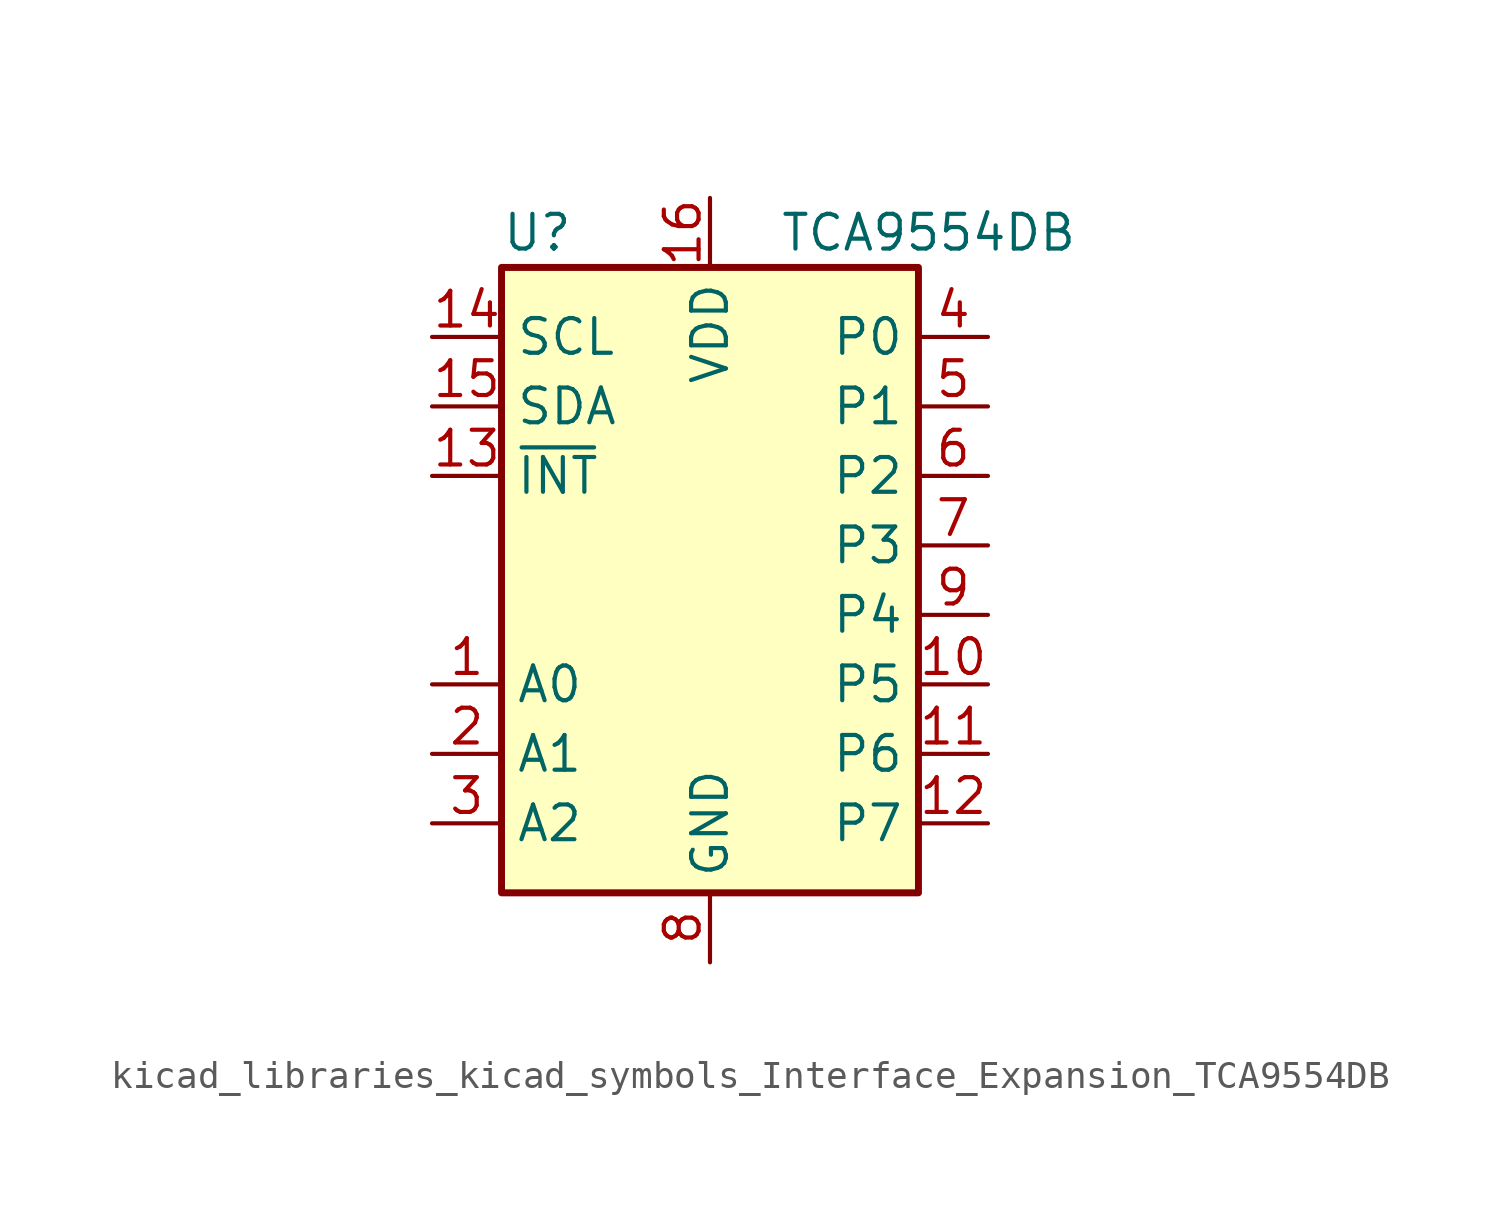
<source format=kicad_sym>
(kicad_symbol_lib
  (version 20220914)
  (generator kicad_symbol_editor)
  (symbol "kicad_libraries_kicad_symbols_Interface_Expansion_TCA9554DB"
    (property "Reference" "U"
      (at -7.62 11.43 0)
      (effects (font (size 1.27 1.27)) (justify left)))
    (property "Value" "TCA9554DB"
      (at 2.54 11.43 0)
      (effects (font (size 1.27 1.27)) (justify left)))
    (symbol "kicad_libraries_kicad_symbols_Interface_Expansion_TCA9554DB_0_1"
      (rectangle (start -7.62 -12.7) (end 7.62 10.16) (stroke (width 0.254) (type default)) (fill (type background))))
    (symbol "kicad_libraries_kicad_symbols_Interface_Expansion_TCA9554DB_1_1"
      (pin input line (at -10.16 -5.08 0) (length 2.54) (name "A0" (effects (font (size 1.27 1.27)))) (number "1" (effects (font (size 1.27 1.27)))))
      (pin bidirectional line (at 10.16 -5.08 180) (length 2.54) (name "P5" (effects (font (size 1.27 1.27)))) (number "10" (effects (font (size 1.27 1.27)))))
      (pin bidirectional line (at 10.16 -7.62 180) (length 2.54) (name "P6" (effects (font (size 1.27 1.27)))) (number "11" (effects (font (size 1.27 1.27)))))
      (pin bidirectional line (at 10.16 -10.16 180) (length 2.54) (name "P7" (effects (font (size 1.27 1.27)))) (number "12" (effects (font (size 1.27 1.27)))))
      (pin open_collector line (at -10.16 2.54 0) (length 2.54) (name "~{INT}" (effects (font (size 1.27 1.27)))) (number "13" (effects (font (size 1.27 1.27)))))
      (pin input line (at -10.16 7.62 0) (length 2.54) (name "SCL" (effects (font (size 1.27 1.27)))) (number "14" (effects (font (size 1.27 1.27)))))
      (pin bidirectional line (at -10.16 5.08 0) (length 2.54) (name "SDA" (effects (font (size 1.27 1.27)))) (number "15" (effects (font (size 1.27 1.27)))))
      (pin power_in line (at 0 12.7 270) (length 2.54) (name "VDD" (effects (font (size 1.27 1.27)))) (number "16" (effects (font (size 1.27 1.27)))))
      (pin input line (at -10.16 -7.62 0) (length 2.54) (name "A1" (effects (font (size 1.27 1.27)))) (number "2" (effects (font (size 1.27 1.27)))))
      (pin input line (at -10.16 -10.16 0) (length 2.54) (name "A2" (effects (font (size 1.27 1.27)))) (number "3" (effects (font (size 1.27 1.27)))))
      (pin bidirectional line (at 10.16 7.62 180) (length 2.54) (name "P0" (effects (font (size 1.27 1.27)))) (number "4" (effects (font (size 1.27 1.27)))))
      (pin bidirectional line (at 10.16 5.08 180) (length 2.54) (name "P1" (effects (font (size 1.27 1.27)))) (number "5" (effects (font (size 1.27 1.27)))))
      (pin bidirectional line (at 10.16 2.54 180) (length 2.54) (name "P2" (effects (font (size 1.27 1.27)))) (number "6" (effects (font (size 1.27 1.27)))))
      (pin bidirectional line (at 10.16 0 180) (length 2.54) (name "P3" (effects (font (size 1.27 1.27)))) (number "7" (effects (font (size 1.27 1.27)))))
      (pin power_in line (at 0 -15.24 90) (length 2.54) (name "GND" (effects (font (size 1.27 1.27)))) (number "8" (effects (font (size 1.27 1.27)))))
      (pin bidirectional line (at 10.16 -2.54 180) (length 2.54) (name "P4" (effects (font (size 1.27 1.27)))) (number "9" (effects (font (size 1.27 1.27))))))))
</source>
